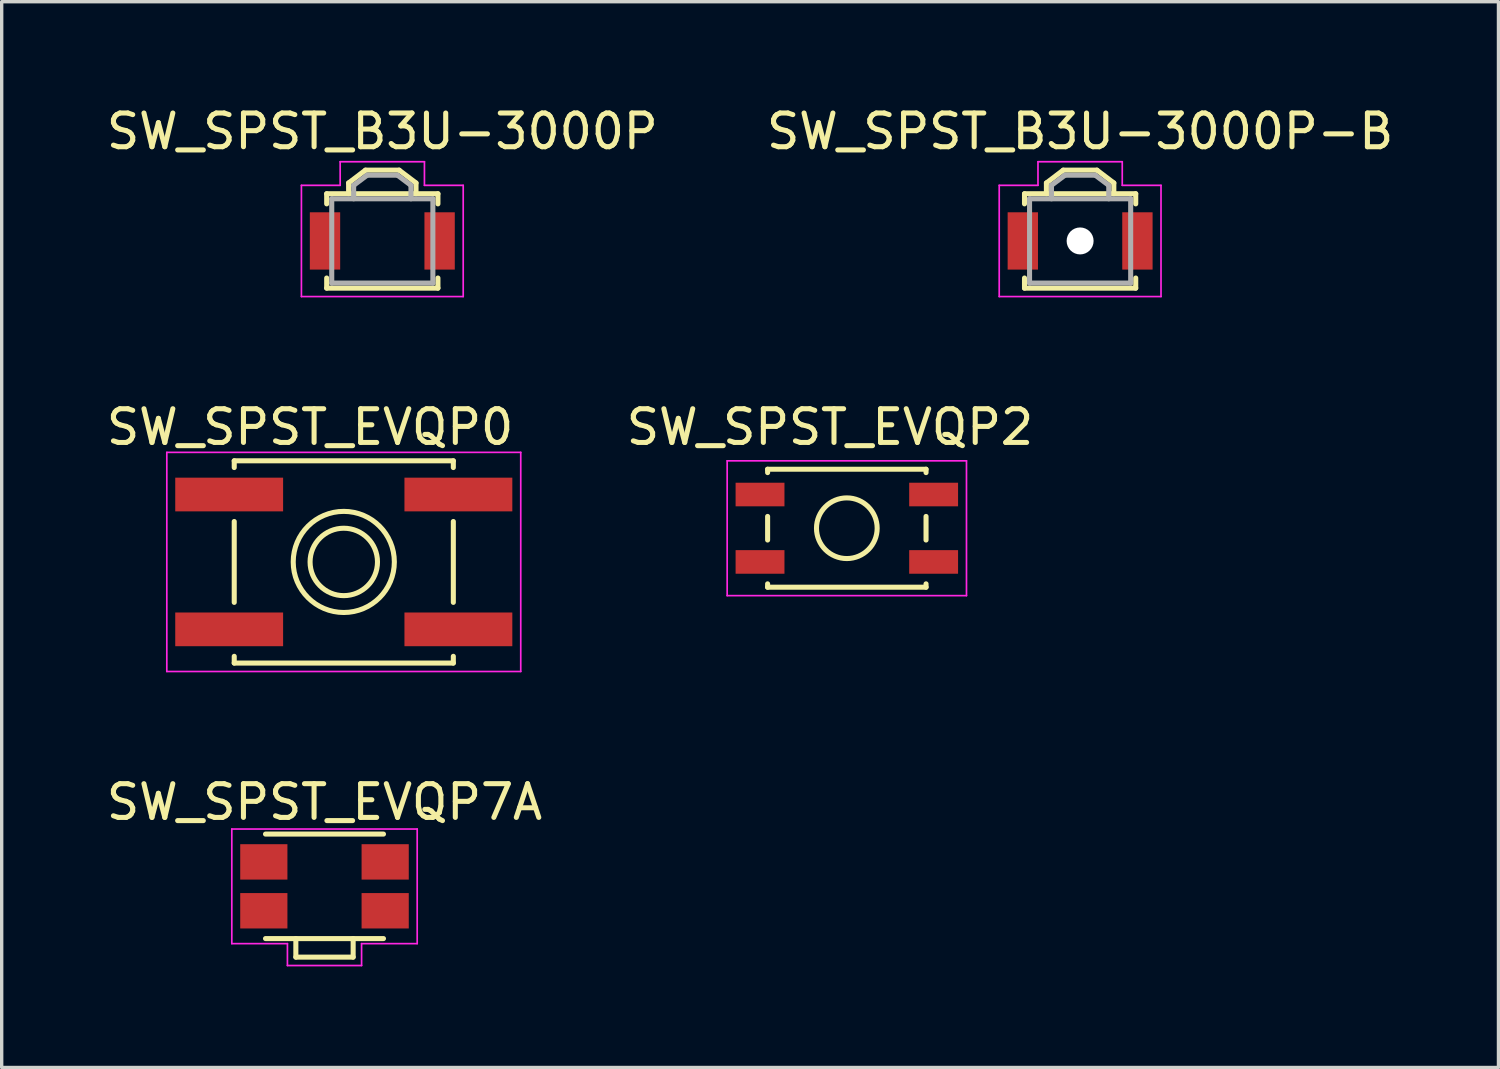
<source format=kicad_pcb>
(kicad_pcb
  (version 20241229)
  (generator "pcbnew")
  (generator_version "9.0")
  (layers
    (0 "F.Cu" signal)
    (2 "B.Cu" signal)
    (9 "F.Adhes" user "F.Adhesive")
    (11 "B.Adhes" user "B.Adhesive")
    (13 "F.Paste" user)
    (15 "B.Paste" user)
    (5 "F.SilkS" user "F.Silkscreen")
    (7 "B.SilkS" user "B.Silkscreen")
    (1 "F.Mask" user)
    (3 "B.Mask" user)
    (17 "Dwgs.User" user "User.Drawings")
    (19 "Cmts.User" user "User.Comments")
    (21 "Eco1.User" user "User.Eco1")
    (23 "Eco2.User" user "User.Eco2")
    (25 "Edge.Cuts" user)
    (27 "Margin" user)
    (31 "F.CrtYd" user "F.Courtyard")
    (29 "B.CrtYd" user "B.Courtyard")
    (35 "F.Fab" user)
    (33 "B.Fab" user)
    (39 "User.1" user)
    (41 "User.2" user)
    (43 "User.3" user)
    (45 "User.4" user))
  (footprint "SW_SPST_B3U-3000P"
    (layer "F.Cu")
    (at 8.292 4.098)
    (property "Reference" "SW_SPST_B3U-3000P" (at 0 -3.25 0) (layer "F.SilkS") (effects (font (size 1 1) (thickness 0.15))))
    (attr smd)
    (fp_line (start -1.65 -1.4) (end 1.65 -1.4) (stroke (width 0.15) (type solid)) (layer "F.SilkS"))
    (fp_line (start -1.65 -1.1) (end -1.65 -1.4) (stroke (width 0.15) (type solid)) (layer "F.SilkS"))
    (fp_line (start -1.65 1.1) (end -1.65 1.4) (stroke (width 0.15) (type solid)) (layer "F.SilkS"))
    (fp_line (start -1.65 1.4) (end 1.65 1.4) (stroke (width 0.15) (type solid)) (layer "F.SilkS"))
    (fp_line (start -1 -1.72) (end -1 -1.4) (stroke (width 0.15) (type solid)) (layer "F.SilkS"))
    (fp_line (start -0.5 -2.1) (end -1 -1.72) (stroke (width 0.15) (type solid)) (layer "F.SilkS"))
    (fp_line (start -0.5 -2.1) (end 0.5 -2.1) (stroke (width 0.15) (type solid)) (layer "F.SilkS"))
    (fp_line (start 0.5 -2.1) (end 1 -1.72) (stroke (width 0.15) (type solid)) (layer "F.SilkS"))
    (fp_line (start 1 -1.72) (end 1 -1.4) (stroke (width 0.15) (type solid)) (layer "F.SilkS"))
    (fp_line (start 1.65 -1.4) (end 1.65 -1.1) (stroke (width 0.15) (type solid)) (layer "F.SilkS"))
    (fp_line (start 1.65 1.4) (end 1.65 1.1) (stroke (width 0.15) (type solid)) (layer "F.SilkS"))
    (fp_line (start -2.4 -1.65) (end -2.4 1.65) (stroke (width 0.05) (type solid)) (layer "F.CrtYd"))
    (fp_line (start -2.4 1.65) (end 2.4 1.65) (stroke (width 0.05) (type solid)) (layer "F.CrtYd"))
    (fp_line (start -1.25 -2.35) (end 1.25 -2.35) (stroke (width 0.05) (type solid)) (layer "F.CrtYd"))
    (fp_line (start -1.25 -1.65) (end -2.4 -1.65) (stroke (width 0.05) (type solid)) (layer "F.CrtYd"))
    (fp_line (start -1.25 -1.65) (end -1.25 -2.35) (stroke (width 0.05) (type solid)) (layer "F.CrtYd"))
    (fp_line (start 1.25 -2.35) (end 1.25 -1.65) (stroke (width 0.05) (type solid)) (layer "F.CrtYd"))
    (fp_line (start 1.25 -1.65) (end 2.4 -1.65) (stroke (width 0.05) (type solid)) (layer "F.CrtYd"))
    (fp_line (start 2.4 1.65) (end 2.4 -1.65) (stroke (width 0.05) (type solid)) (layer "F.CrtYd"))
    (fp_line (start -1.5 -1.25) (end 1.5 -1.25) (stroke (width 0.15) (type solid)) (layer "F.Fab"))
    (fp_line (start -1.5 1.25) (end -1.5 -1.25) (stroke (width 0.15) (type solid)) (layer "F.Fab"))
    (fp_line (start -0.85 -1.65) (end -0.45 -1.95) (stroke (width 0.15) (type solid)) (layer "F.Fab"))
    (fp_line (start -0.85 -1.25) (end -0.85 -1.65) (stroke (width 0.15) (type solid)) (layer "F.Fab"))
    (fp_line (start -0.45 -1.95) (end 0.45 -1.95) (stroke (width 0.15) (type solid)) (layer "F.Fab"))
    (fp_line (start 0.45 -1.95) (end 0.85 -1.65) (stroke (width 0.15) (type solid)) (layer "F.Fab"))
    (fp_line (start 0.85 -1.65) (end 0.85 -1.25) (stroke (width 0.15) (type solid)) (layer "F.Fab"))
    (fp_line (start 1.5 -1.25) (end 1.5 1.25) (stroke (width 0.15) (type solid)) (layer "F.Fab"))
    (fp_line (start 1.5 1.25) (end -1.5 1.25) (stroke (width 0.15) (type solid)) (layer "F.Fab"))
    (pad "1" smd rect (at -1.7 0) (size 0.9 1.7) (layers "F.Cu" "F.Mask" "F.Paste"))
    (pad "2" smd rect (at 1.7 0) (size 0.9 1.7) (layers "F.Cu" "F.Mask" "F.Paste")))
  (footprint "SW_SPST_EVQP7A"
    (layer "F.Cu")
    (at 6.577 23.245)
    (property "Reference" "SW_SPST_EVQP7A" (at 0 -2.5 0) (layer "F.SilkS") (effects (font (size 1 1) (thickness 0.15))))
    (attr smd)
    (fp_line (start -1.75 -1.55) (end 1.75 -1.55) (stroke (width 0.15) (type solid)) (layer "F.SilkS"))
    (fp_line (start -0.85 2.1) (end -0.85 1.55) (stroke (width 0.15) (type solid)) (layer "F.SilkS"))
    (fp_line (start 0.85 1.55) (end 0.85 2.1) (stroke (width 0.15) (type solid)) (layer "F.SilkS"))
    (fp_line (start 0.85 2.1) (end -0.85 2.1) (stroke (width 0.15) (type solid)) (layer "F.SilkS"))
    (fp_line (start 1.75 1.55) (end -1.75 1.55) (stroke (width 0.15) (type solid)) (layer "F.SilkS"))
    (fp_line (start -2.75 -1.7) (end 2.75 -1.7) (stroke (width 0.05) (type solid)) (layer "F.CrtYd"))
    (fp_line (start -2.75 1.7) (end -2.75 -1.7) (stroke (width 0.05) (type solid)) (layer "F.CrtYd"))
    (fp_line (start -1.1 1.7) (end -2.75 1.7) (stroke (width 0.05) (type solid)) (layer "F.CrtYd"))
    (fp_line (start -1.1 2.35) (end -1.1 1.7) (stroke (width 0.05) (type solid)) (layer "F.CrtYd"))
    (fp_line (start 1.1 1.7) (end 1.1 2.35) (stroke (width 0.05) (type solid)) (layer "F.CrtYd"))
    (fp_line (start 1.1 2.35) (end -1.1 2.35) (stroke (width 0.05) (type solid)) (layer "F.CrtYd"))
    (fp_line (start 2.75 -1.7) (end 2.75 1.7) (stroke (width 0.05) (type solid)) (layer "F.CrtYd"))
    (fp_line (start 2.75 1.7) (end 1.1 1.7) (stroke (width 0.05) (type solid)) (layer "F.CrtYd"))
    (pad "1" smd rect (at -1.8 -0.725) (size 1.4 1.05) (layers "F.Cu" "F.Mask" "F.Paste"))
    (pad "1" smd rect (at 1.8 -0.725) (size 1.4 1.05) (layers "F.Cu" "F.Mask" "F.Paste"))
    (pad "2" smd rect (at -1.8 0.725) (size 1.4 1.05) (layers "F.Cu" "F.Mask" "F.Paste"))
    (pad "2" smd rect (at 1.8 0.725) (size 1.4 1.05) (layers "F.Cu" "F.Mask" "F.Paste")))
  (footprint "SW_SPST_B3U-3000P-B"
    (layer "F.Cu")
    (at 28.994 4.098)
    (property "Reference" "SW_SPST_B3U-3000P-B" (at 0 -3.25 0) (layer "F.SilkS") (effects (font (size 1 1) (thickness 0.15))))
    (attr smd)
    (fp_line (start -1.65 -1.4) (end 1.65 -1.4) (stroke (width 0.15) (type solid)) (layer "F.SilkS"))
    (fp_line (start -1.65 -1.1) (end -1.65 -1.4) (stroke (width 0.15) (type solid)) (layer "F.SilkS"))
    (fp_line (start -1.65 1.1) (end -1.65 1.4) (stroke (width 0.15) (type solid)) (layer "F.SilkS"))
    (fp_line (start -1.65 1.4) (end 1.65 1.4) (stroke (width 0.15) (type solid)) (layer "F.SilkS"))
    (fp_line (start -1 -1.72) (end -1 -1.4) (stroke (width 0.15) (type solid)) (layer "F.SilkS"))
    (fp_line (start -0.5 -2.1) (end -1 -1.72) (stroke (width 0.15) (type solid)) (layer "F.SilkS"))
    (fp_line (start -0.5 -2.1) (end 0.5 -2.1) (stroke (width 0.15) (type solid)) (layer "F.SilkS"))
    (fp_line (start 0.5 -2.1) (end 1 -1.72) (stroke (width 0.15) (type solid)) (layer "F.SilkS"))
    (fp_line (start 1 -1.72) (end 1 -1.4) (stroke (width 0.15) (type solid)) (layer "F.SilkS"))
    (fp_line (start 1.65 -1.4) (end 1.65 -1.1) (stroke (width 0.15) (type solid)) (layer "F.SilkS"))
    (fp_line (start 1.65 1.4) (end 1.65 1.1) (stroke (width 0.15) (type solid)) (layer "F.SilkS"))
    (fp_line (start -2.4 -1.65) (end -2.4 1.65) (stroke (width 0.05) (type solid)) (layer "F.CrtYd"))
    (fp_line (start -2.4 1.65) (end 2.4 1.65) (stroke (width 0.05) (type solid)) (layer "F.CrtYd"))
    (fp_line (start -1.25 -2.35) (end 1.25 -2.35) (stroke (width 0.05) (type solid)) (layer "F.CrtYd"))
    (fp_line (start -1.25 -1.65) (end -2.4 -1.65) (stroke (width 0.05) (type solid)) (layer "F.CrtYd"))
    (fp_line (start -1.25 -1.65) (end -1.25 -2.35) (stroke (width 0.05) (type solid)) (layer "F.CrtYd"))
    (fp_line (start 1.25 -2.35) (end 1.25 -1.65) (stroke (width 0.05) (type solid)) (layer "F.CrtYd"))
    (fp_line (start 1.25 -1.65) (end 2.4 -1.65) (stroke (width 0.05) (type solid)) (layer "F.CrtYd"))
    (fp_line (start 2.4 1.65) (end 2.4 -1.65) (stroke (width 0.05) (type solid)) (layer "F.CrtYd"))
    (fp_line (start -1.5 -1.25) (end 1.5 -1.25) (stroke (width 0.15) (type solid)) (layer "F.Fab"))
    (fp_line (start -1.5 1.25) (end -1.5 -1.25) (stroke (width 0.15) (type solid)) (layer "F.Fab"))
    (fp_line (start -0.85 -1.65) (end -0.45 -1.95) (stroke (width 0.15) (type solid)) (layer "F.Fab"))
    (fp_line (start -0.85 -1.25) (end -0.85 -1.65) (stroke (width 0.15) (type solid)) (layer "F.Fab"))
    (fp_line (start -0.45 -1.95) (end 0.45 -1.95) (stroke (width 0.15) (type solid)) (layer "F.Fab"))
    (fp_line (start 0.45 -1.95) (end 0.85 -1.65) (stroke (width 0.15) (type solid)) (layer "F.Fab"))
    (fp_line (start 0.85 -1.65) (end 0.85 -1.25) (stroke (width 0.15) (type solid)) (layer "F.Fab"))
    (fp_line (start 1.5 -1.25) (end 1.5 1.25) (stroke (width 0.15) (type solid)) (layer "F.Fab"))
    (fp_line (start 1.5 1.25) (end -1.5 1.25) (stroke (width 0.15) (type solid)) (layer "F.Fab"))
    (pad "" np_thru_hole circle (at 0 0) (size 0.8 0.8) (drill 0.8) (layers "*.Cu" "*.Mask"))
    (pad "1" smd rect (at -1.7 0) (size 0.9 1.7) (layers "F.Cu" "F.Mask" "F.Paste"))
    (pad "2" smd rect (at 1.7 0) (size 0.9 1.7) (layers "F.Cu" "F.Mask" "F.Paste")))
  (footprint "SW_SPST_EVQP2"
    (layer "F.Cu")
    (at 22.073 12.621)
    (property "Reference" "SW_SPST_EVQP2" (at -0.5 -3 0) (layer "F.SilkS") (effects (font (size 1 1) (thickness 0.15))))
    (attr smd)
    (fp_line (start -2.35 -1.75) (end -2.35 -1.65) (stroke (width 0.15) (type solid)) (layer "F.SilkS"))
    (fp_line (start -2.35 -0.35) (end -2.35 0.35) (stroke (width 0.15) (type solid)) (layer "F.SilkS"))
    (fp_line (start -2.35 1.65) (end -2.35 1.75) (stroke (width 0.15) (type solid)) (layer "F.SilkS"))
    (fp_line (start -2.35 1.75) (end 2.35 1.75) (stroke (width 0.15) (type solid)) (layer "F.SilkS"))
    (fp_line (start 2.35 -1.75) (end -2.35 -1.75) (stroke (width 0.15) (type solid)) (layer "F.SilkS"))
    (fp_line (start 2.35 -1.75) (end 2.35 -1.65) (stroke (width 0.15) (type solid)) (layer "F.SilkS"))
    (fp_line (start 2.35 -0.35) (end 2.35 0.35) (stroke (width 0.15) (type solid)) (layer "F.SilkS"))
    (fp_line (start 2.35 1.75) (end 2.35 1.65) (stroke (width 0.15) (type solid)) (layer "F.SilkS"))
    (fp_circle (center 0 0) (end 0.9 0) (stroke (width 0.15) (type solid)) (fill no) (layer "F.SilkS"))
    (fp_line (start -3.55 -2) (end 3.55 -2) (stroke (width 0.05) (type solid)) (layer "F.CrtYd"))
    (fp_line (start -3.55 2) (end -3.55 -2) (stroke (width 0.05) (type solid)) (layer "F.CrtYd"))
    (fp_line (start 3.55 -2) (end 3.55 2) (stroke (width 0.05) (type solid)) (layer "F.CrtYd"))
    (fp_line (start 3.55 2) (end -3.55 2) (stroke (width 0.05) (type solid)) (layer "F.CrtYd"))
    (pad "1" smd rect (at -2.575 -1) (size 1.45 0.7) (layers "F.Cu" "F.Mask" "F.Paste"))
    (pad "1" smd rect (at 2.575 -1) (size 1.45 0.7) (layers "F.Cu" "F.Mask" "F.Paste"))
    (pad "2" smd rect (at -2.575 1) (size 1.45 0.7) (layers "F.Cu" "F.Mask" "F.Paste"))
    (pad "2" smd rect (at 2.575 1) (size 1.45 0.7) (layers "F.Cu" "F.Mask" "F.Paste")))
  (footprint "SW_SPST_EVQP0"
    (layer "F.Cu")
    (at 7.149 13.621)
    (property "Reference" "SW_SPST_EVQP0" (at -1 -4 0) (layer "F.SilkS") (effects (font (size 1 1) (thickness 0.15))))
    (attr smd)
    (fp_line (start -3.25 -3) (end -3.25 -2.8) (stroke (width 0.15) (type solid)) (layer "F.SilkS"))
    (fp_line (start -3.25 -1.2) (end -3.25 1.2) (stroke (width 0.15) (type solid)) (layer "F.SilkS"))
    (fp_line (start -3.25 3) (end -3.25 2.8) (stroke (width 0.15) (type solid)) (layer "F.SilkS"))
    (fp_line (start -3.25 3) (end 3.25 3) (stroke (width 0.15) (type solid)) (layer "F.SilkS"))
    (fp_line (start 3.25 -3) (end -3.25 -3) (stroke (width 0.15) (type solid)) (layer "F.SilkS"))
    (fp_line (start 3.25 -3) (end 3.25 -2.8) (stroke (width 0.15) (type solid)) (layer "F.SilkS"))
    (fp_line (start 3.25 -1.2) (end 3.25 1.2) (stroke (width 0.15) (type solid)) (layer "F.SilkS"))
    (fp_line (start 3.25 3) (end 3.25 2.8) (stroke (width 0.15) (type solid)) (layer "F.SilkS"))
    (fp_circle (center 0 0) (end 1 0) (stroke (width 0.15) (type solid)) (fill no) (layer "F.SilkS"))
    (fp_circle (center 0 0) (end 1.5 0) (stroke (width 0.15) (type solid)) (fill no) (layer "F.SilkS"))
    (fp_line (start -5.25 -3.25) (end 5.25 -3.25) (stroke (width 0.05) (type solid)) (layer "F.CrtYd"))
    (fp_line (start -5.25 3.25) (end -5.25 -3.25) (stroke (width 0.05) (type solid)) (layer "F.CrtYd"))
    (fp_line (start 5.25 -3.25) (end 5.25 3.25) (stroke (width 0.05) (type solid)) (layer "F.CrtYd"))
    (fp_line (start 5.25 3.25) (end -5.25 3.25) (stroke (width 0.05) (type solid)) (layer "F.CrtYd"))
    (pad "1" smd rect (at -3.4 -2) (size 3.2 1) (layers "F.Cu" "F.Mask" "F.Paste"))
    (pad "1" smd rect (at 3.4 -2) (size 3.2 1) (layers "F.Cu" "F.Mask" "F.Paste"))
    (pad "2" smd rect (at -3.4 2) (size 3.2 1) (layers "F.Cu" "F.Mask" "F.Paste"))
    (pad "2" smd rect (at 3.4 2) (size 3.2 1) (layers "F.Cu" "F.Mask" "F.Paste")))
  (gr_rect
    (start -3 -3)
    (end 41.405 28.62)
    (stroke (width 0.1) (type default))
    (fill no)
    (layer "Edge.Cuts")))
</source>
